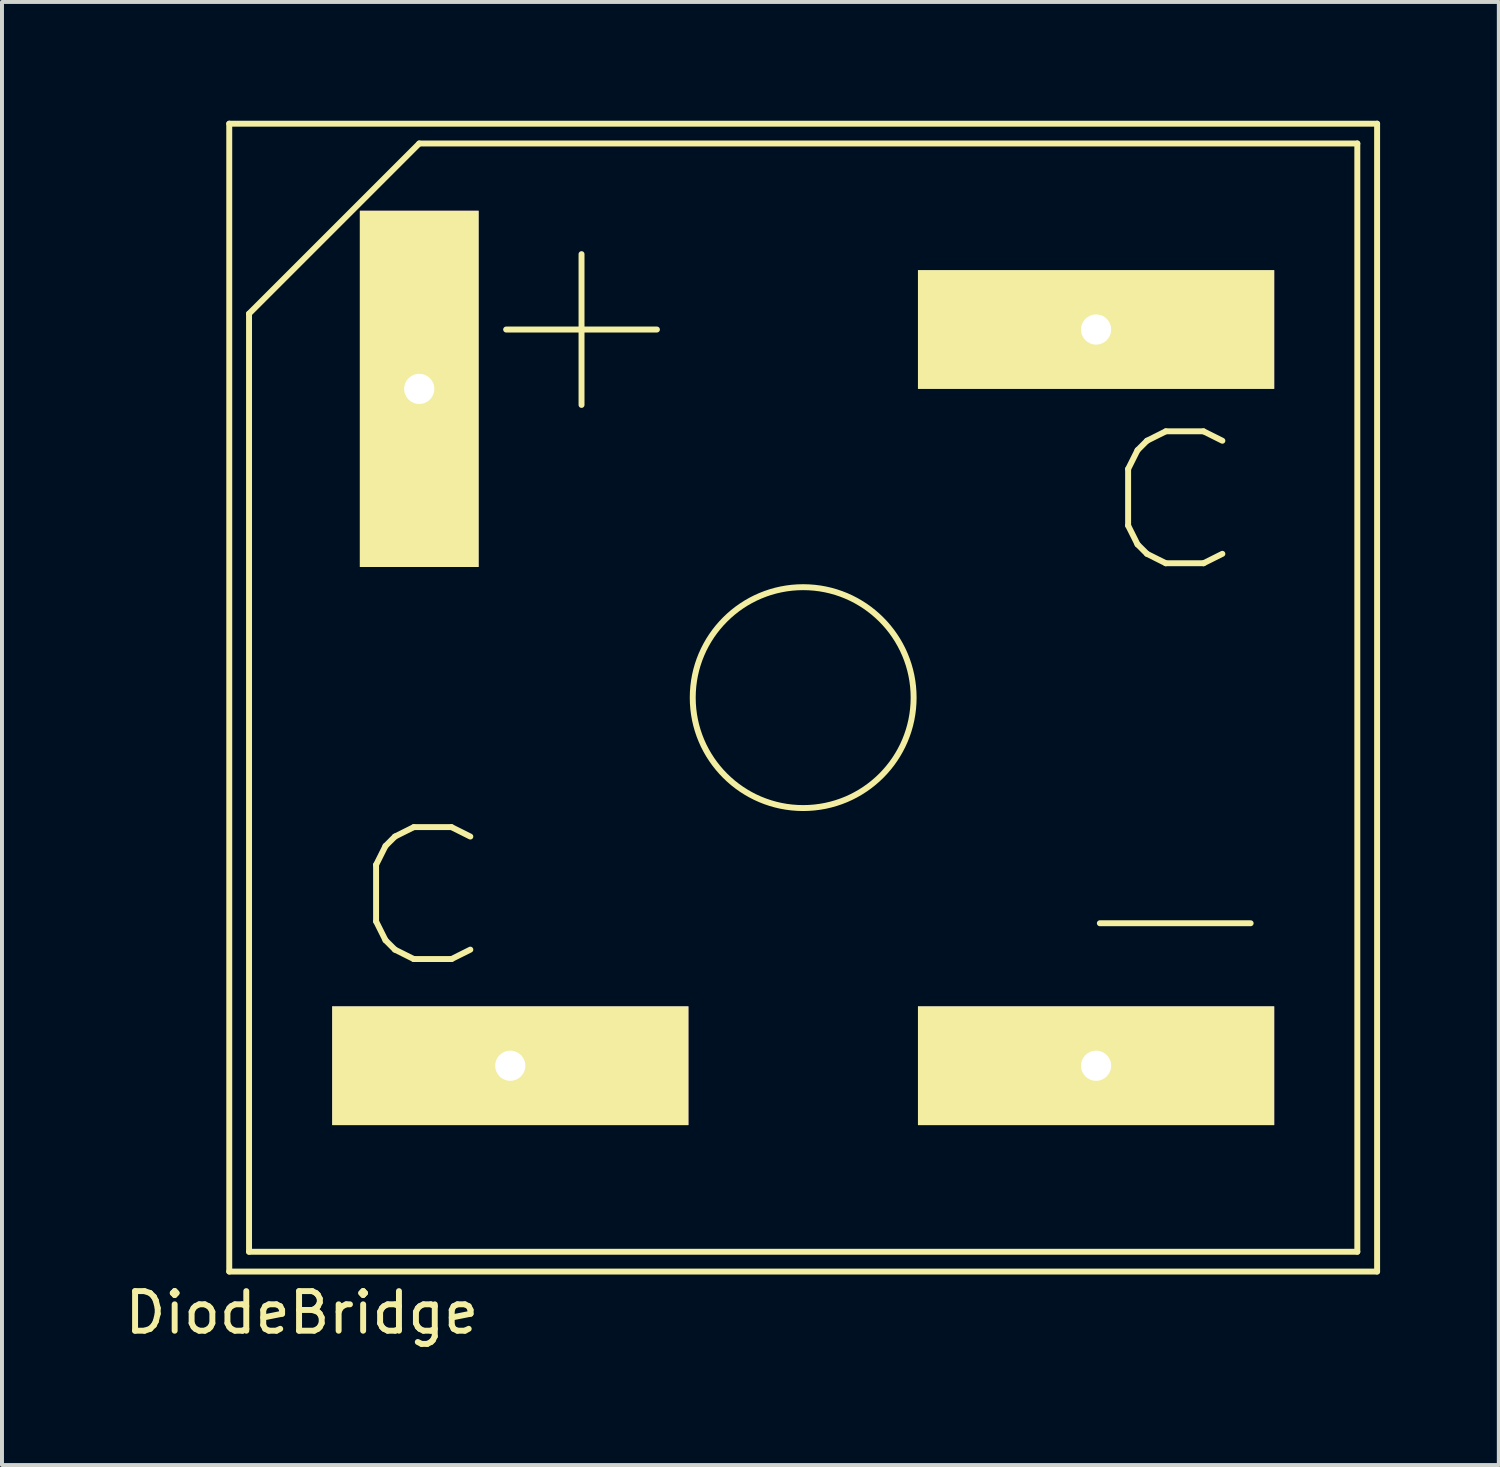
<source format=kicad_pcb>
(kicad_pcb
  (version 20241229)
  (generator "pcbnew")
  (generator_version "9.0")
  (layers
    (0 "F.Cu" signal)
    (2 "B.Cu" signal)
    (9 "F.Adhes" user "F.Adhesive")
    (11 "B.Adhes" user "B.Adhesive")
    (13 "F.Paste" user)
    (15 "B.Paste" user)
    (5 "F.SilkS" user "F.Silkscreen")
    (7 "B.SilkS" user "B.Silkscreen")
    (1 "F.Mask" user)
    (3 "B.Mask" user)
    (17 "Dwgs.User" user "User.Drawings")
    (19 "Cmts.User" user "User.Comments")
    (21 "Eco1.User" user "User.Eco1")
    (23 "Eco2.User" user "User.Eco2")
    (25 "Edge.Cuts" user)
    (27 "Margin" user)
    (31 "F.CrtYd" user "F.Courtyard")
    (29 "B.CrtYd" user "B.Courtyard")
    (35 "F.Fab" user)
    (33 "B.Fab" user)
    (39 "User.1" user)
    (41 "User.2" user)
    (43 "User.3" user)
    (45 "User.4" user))
  (footprint "DiodeBridge"
    (layer "F.Cu")
    (at 17.277 14.875)
    (property "Reference" "DiodeBridge" (at -12.7 15.24 0) (layer "F.SilkS") (effects (font (size 1 1) (thickness 0.15))))
    (attr through_hole)
    (fp_line (start -14.535 -14.8) (end -14.535 14.2) (stroke (width 0.15) (type solid)) (layer "F.SilkS"))
    (fp_line (start -14.035 -10) (end -14.035 13.7) (stroke (width 0.15) (type solid)) (layer "F.SilkS"))
    (fp_line (start -9.735 -14.3) (end -14.035 -10) (stroke (width 0.15) (type solid)) (layer "F.SilkS"))
    (fp_line (start 13.965 -14.3) (end -9.735 -14.3) (stroke (width 0.15) (type solid)) (layer "F.SilkS"))
    (fp_line (start 13.965 -14.3) (end 13.965 13.7) (stroke (width 0.15) (type solid)) (layer "F.SilkS"))
    (fp_line (start 13.965 13.7) (end -14.035 13.7) (stroke (width 0.15) (type solid)) (layer "F.SilkS"))
    (fp_line (start 14.465 -14.8) (end -14.535 -14.8) (stroke (width 0.15) (type solid)) (layer "F.SilkS"))
    (fp_line (start 14.465 -14.8) (end 14.465 14.2) (stroke (width 0.15) (type solid)) (layer "F.SilkS"))
    (fp_line (start 14.465 14.2) (end -14.535 14.2) (stroke (width 0.15) (type solid)) (layer "F.SilkS"))
    (fp_circle (center -0.035 -0.3) (end -2.795 0.11) (stroke (width 0.15) (type solid)) (fill no) (layer "F.SilkS"))
    (fp_text user "-" (at 9.365 5 0) (layer "F.SilkS") (effects (font (size 5 5) (thickness 0.15))))
    (fp_text user "+" (at -5.635 -10 0) (layer "F.SilkS") (effects (font (size 5 5) (thickness 0.15))))
    (fp_text user "c" (at 9.365 -6 0) (layer "F.SilkS") (effects (font (size 5 5) (thickness 0.15))))
    (fp_text user "c" (at -9.635 4 0) (layer "F.SilkS") (effects (font (size 5 5) (thickness 0.15))))
    (pad "1" thru_hole rect (at 7.365 9) (size 9 3) (drill 0.762) (layers "*.Cu" "*.Mask" "F.SilkS"))
    (pad "2" thru_hole rect (at -7.435 9) (size 9 3) (drill 0.762) (layers "*.Cu" "*.Mask" "F.SilkS"))
    (pad "3" thru_hole rect (at -9.735 -8.1) (size 3 9) (drill 0.762) (layers "*.Cu" "*.Mask" "F.SilkS"))
    (pad "4" thru_hole rect (at 7.365 -9.6) (size 9 3) (drill 0.762) (layers "*.Cu" "*.Mask" "F.SilkS")))
  (gr_rect
    (start -3 -3)
    (end 34.817 33.963)
    (stroke (width 0.1) (type default))
    (fill no)
    (layer "Edge.Cuts")))
</source>
